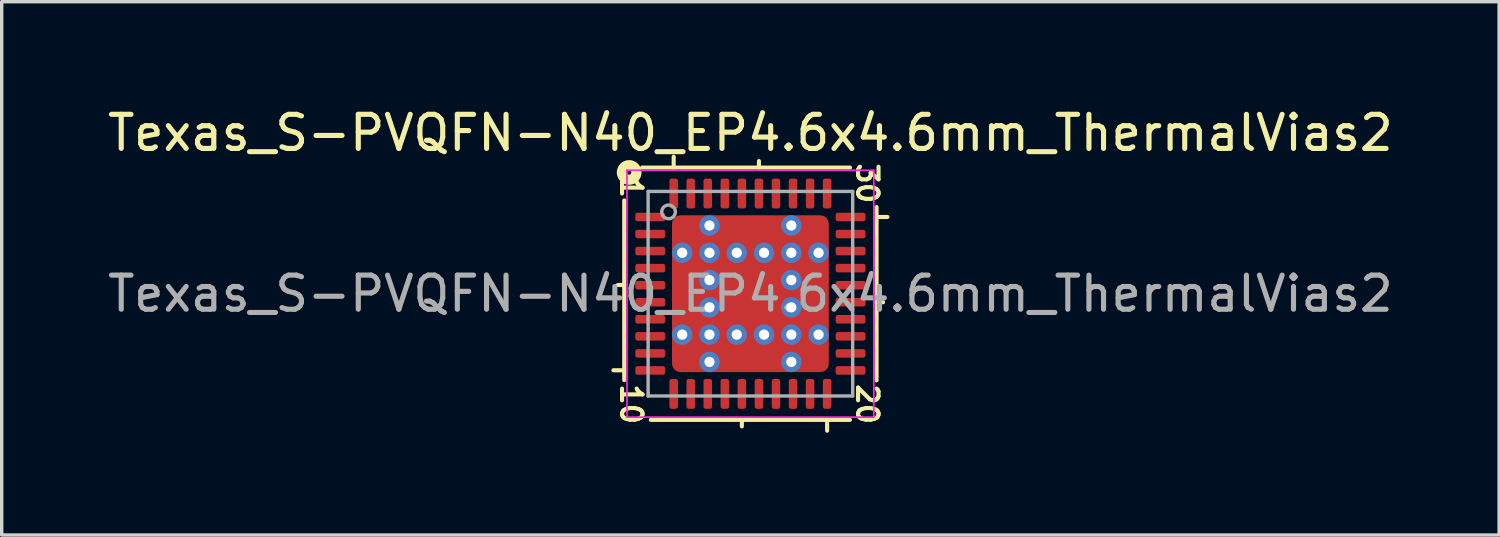
<source format=kicad_pcb>
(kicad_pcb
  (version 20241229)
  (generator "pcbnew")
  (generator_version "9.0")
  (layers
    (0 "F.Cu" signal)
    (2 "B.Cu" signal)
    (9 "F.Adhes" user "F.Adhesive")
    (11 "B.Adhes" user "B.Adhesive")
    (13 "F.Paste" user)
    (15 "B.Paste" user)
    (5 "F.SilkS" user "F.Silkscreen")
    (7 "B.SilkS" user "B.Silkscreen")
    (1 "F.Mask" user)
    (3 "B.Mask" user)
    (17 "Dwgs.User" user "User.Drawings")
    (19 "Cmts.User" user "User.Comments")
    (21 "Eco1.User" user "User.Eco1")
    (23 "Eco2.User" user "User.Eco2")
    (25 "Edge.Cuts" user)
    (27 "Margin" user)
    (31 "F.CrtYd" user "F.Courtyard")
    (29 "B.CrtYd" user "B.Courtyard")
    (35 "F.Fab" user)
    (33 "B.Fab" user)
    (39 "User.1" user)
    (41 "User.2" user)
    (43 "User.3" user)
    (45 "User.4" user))
  (footprint "Texas_S-PVQFN-N40_EP4.6x4.6mm_ThermalVias2"
    (layer "F.Cu")
    (at 18.958 5.564)
    (property "Reference" "Texas_S-PVQFN-N40_EP4.6x4.6mm_ThermalVias2" (at 0 -4.716 0) (layer "F.SilkS") (effects (font (size 1 1) (thickness 0.15))))
    (attr smd)
    (fp_line (start -3.7 -2.735) (end -3.7 2.535) (stroke (width 0.12) (type solid)) (layer "F.SilkS"))
    (fp_line (start -3.7 -0.255) (end -3.89 -0.255) (stroke (width 0.12) (type solid)) (layer "F.SilkS"))
    (fp_line (start -3.7 2.245) (end -4.018 2.245) (stroke (width 0.12) (type solid)) (layer "F.SilkS"))
    (fp_line (start -2.921 3.7) (end 2.921 3.7) (stroke (width 0.12) (type solid)) (layer "F.SilkS"))
    (fp_line (start -2.25 -3.7) (end -2.25 -4.018) (stroke (width 0.12) (type solid)) (layer "F.SilkS"))
    (fp_line (start -0.25 3.7) (end -0.25 3.89) (stroke (width 0.12) (type solid)) (layer "F.SilkS"))
    (fp_line (start 0.25 -3.7) (end 0.25 -3.89) (stroke (width 0.12) (type solid)) (layer "F.SilkS"))
    (fp_line (start 2.25 3.7) (end 2.25 4.018) (stroke (width 0.12) (type solid)) (layer "F.SilkS"))
    (fp_line (start 2.921 -3.7) (end -3.175 -3.7) (stroke (width 0.12) (type solid)) (layer "F.SilkS"))
    (fp_line (start 3.7 -2.25) (end 4.018 -2.25) (stroke (width 0.12) (type solid)) (layer "F.SilkS"))
    (fp_line (start 3.7 0.25) (end 3.89 0.25) (stroke (width 0.12) (type solid)) (layer "F.SilkS"))
    (fp_line (start 3.7 2.54) (end 3.7 -2.54) (stroke (width 0.12) (type solid)) (layer "F.SilkS"))
    (fp_circle (center -3.556 -3.556) (end -3.493 -3.556) (stroke (width 0.3) (type solid)) (fill no) (layer "F.SilkS"))
    (fp_line (start -3.62 -3.62) (end -3.62 3.62) (stroke (width 0.05) (type solid)) (layer "F.CrtYd"))
    (fp_line (start -3.62 3.62) (end 3.62 3.62) (stroke (width 0.05) (type solid)) (layer "F.CrtYd"))
    (fp_line (start 3.62 -3.62) (end -3.62 -3.62) (stroke (width 0.05) (type solid)) (layer "F.CrtYd"))
    (fp_line (start 3.62 3.62) (end 3.62 -3.62) (stroke (width 0.05) (type solid)) (layer "F.CrtYd"))
    (fp_line (start -3 -3) (end 3 -3) (stroke (width 0.1) (type solid)) (layer "F.Fab"))
    (fp_line (start -3 3) (end -3 -3) (stroke (width 0.1) (type solid)) (layer "F.Fab"))
    (fp_line (start 3 -3) (end 3 3) (stroke (width 0.1) (type solid)) (layer "F.Fab"))
    (fp_line (start 3 3) (end -3 3) (stroke (width 0.1) (type solid)) (layer "F.Fab"))
    (fp_circle (center -2.4 -2.4) (end -2.2 -2.4) (stroke (width 0.1) (type solid)) (fill no) (layer "F.Fab"))
    (fp_text user "10" (at -3.493 3.239 270) (unlocked yes) (layer "F.SilkS") (effects (font (size 0.6 0.6) (thickness 0.12))))
    (fp_text user "1" (at -3.493 -3.111 270) (unlocked yes) (layer "F.SilkS") (effects (font (size 0.6 0.6) (thickness 0.12))))
    (fp_text user "30" (at 3.429 -3.239 270) (unlocked yes) (layer "F.SilkS") (effects (font (size 0.6 0.6) (thickness 0.12))))
    (fp_text user "20" (at 3.429 3.239 270) (unlocked yes) (layer "F.SilkS") (effects (font (size 0.6 0.6) (thickness 0.12))))
    (fp_text user "${REFERENCE}" (at 0 0 0) (layer "F.Fab") (effects (font (size 1 1) (thickness 0.15))))
    (pad "" smd roundrect (at -1.85 -1.85) (size 0.5 0.5) (layers "F.Paste") (roundrect_rratio 0.25))
    (pad "" smd roundrect (at -1.85 -1.85) (size 0.7 0.7) (layers "F.Mask") (roundrect_rratio 0.25))
    (pad "" smd roundrect (at -1.85 -0.425) (size 0.5 0.65) (layers "F.Paste") (roundrect_rratio 0.25))
    (pad "" smd roundrect (at -1.85 0 270) (size 1.8 0.7) (layers "F.Mask") (roundrect_rratio 0.25))
    (pad "" smd roundrect (at -1.85 0.425) (size 0.5 0.65) (layers "F.Paste") (roundrect_rratio 0.25))
    (pad "" smd roundrect (at -1.85 1.85) (size 0.5 0.5) (layers "F.Paste") (roundrect_rratio 0.25))
    (pad "" smd roundrect (at -1.85 1.85) (size 0.7 0.7) (layers "F.Mask") (roundrect_rratio 0.25))
    (pad "" smd roundrect (at -0.425 -1.85 90) (size 0.5 0.65) (layers "F.Paste") (roundrect_rratio 0.25))
    (pad "" smd roundrect (at -0.425 -0.425) (size 0.65 0.65) (layers "F.Paste") (roundrect_rratio 0.25))
    (pad "" smd roundrect (at -0.425 0.425) (size 0.65 0.65) (layers "F.Paste") (roundrect_rratio 0.25))
    (pad "" smd roundrect (at -0.425 1.85 90) (size 0.5 0.65) (layers "F.Paste") (roundrect_rratio 0.25))
    (pad "" smd roundrect (at 0 -1.85) (size 1.8 0.7) (layers "F.Mask") (roundrect_rratio 0.25))
    (pad "" smd roundrect (at 0 0 270) (size 1.8 1.8) (layers "F.Mask") (roundrect_rratio 0.139))
    (pad "" smd roundrect (at 0 1.85) (size 1.8 0.7) (layers "F.Mask") (roundrect_rratio 0.25))
    (pad "" smd roundrect (at 0.425 -1.85 90) (size 0.5 0.65) (layers "F.Paste") (roundrect_rratio 0.25))
    (pad "" smd roundrect (at 0.425 -0.425) (size 0.65 0.65) (layers "F.Paste") (roundrect_rratio 0.25))
    (pad "" smd roundrect (at 0.425 0.425) (size 0.65 0.65) (layers "F.Paste") (roundrect_rratio 0.25))
    (pad "" smd roundrect (at 0.425 1.85 90) (size 0.5 0.65) (layers "F.Paste") (roundrect_rratio 0.25))
    (pad "" smd roundrect (at 1.85 -1.85) (size 0.5 0.5) (layers "F.Paste") (roundrect_rratio 0.25))
    (pad "" smd roundrect (at 1.85 -1.85) (size 0.7 0.7) (layers "F.Mask") (roundrect_rratio 0.25))
    (pad "" smd roundrect (at 1.85 -0.425) (size 0.5 0.65) (layers "F.Paste") (roundrect_rratio 0.25))
    (pad "" smd roundrect (at 1.85 0 270) (size 1.8 0.7) (layers "F.Mask") (roundrect_rratio 0.25))
    (pad "" smd roundrect (at 1.85 0.425) (size 0.5 0.65) (layers "F.Paste") (roundrect_rratio 0.25))
    (pad "" smd roundrect (at 1.85 1.85) (size 0.5 0.5) (layers "F.Paste") (roundrect_rratio 0.25))
    (pad "" smd roundrect (at 1.85 1.85) (size 0.7 0.7) (layers "F.Mask") (roundrect_rratio 0.25))
    (pad "1" smd roundrect (at -2.938 -2.25) (size 0.875 0.25) (layers "F.Cu" "F.Mask" "F.Paste") (roundrect_rratio 0.25))
    (pad "2" smd roundrect (at -2.938 -1.75) (size 0.875 0.25) (layers "F.Cu" "F.Mask" "F.Paste") (roundrect_rratio 0.25))
    (pad "3" smd roundrect (at -2.938 -1.25) (size 0.875 0.25) (layers "F.Cu" "F.Mask" "F.Paste") (roundrect_rratio 0.25))
    (pad "4" smd roundrect (at -2.938 -0.75) (size 0.875 0.25) (layers "F.Cu" "F.Mask" "F.Paste") (roundrect_rratio 0.25))
    (pad "5" smd roundrect (at -2.938 -0.25) (size 0.875 0.25) (layers "F.Cu" "F.Mask" "F.Paste") (roundrect_rratio 0.25))
    (pad "6" smd roundrect (at -2.938 0.25) (size 0.875 0.25) (layers "F.Cu" "F.Mask" "F.Paste") (roundrect_rratio 0.25))
    (pad "7" smd roundrect (at -2.938 0.75) (size 0.875 0.25) (layers "F.Cu" "F.Mask" "F.Paste") (roundrect_rratio 0.25))
    (pad "8" smd roundrect (at -2.938 1.25) (size 0.875 0.25) (layers "F.Cu" "F.Mask" "F.Paste") (roundrect_rratio 0.25))
    (pad "9" smd roundrect (at -2.938 1.75) (size 0.875 0.25) (layers "F.Cu" "F.Mask" "F.Paste") (roundrect_rratio 0.25))
    (pad "10" smd roundrect (at -2.938 2.25) (size 0.875 0.25) (layers "F.Cu" "F.Mask" "F.Paste") (roundrect_rratio 0.25))
    (pad "11" smd roundrect (at -2.25 2.938) (size 0.25 0.875) (layers "F.Cu" "F.Mask" "F.Paste") (roundrect_rratio 0.25))
    (pad "12" smd roundrect (at -1.75 2.938) (size 0.25 0.875) (layers "F.Cu" "F.Mask" "F.Paste") (roundrect_rratio 0.25))
    (pad "13" smd roundrect (at -1.25 2.938) (size 0.25 0.875) (layers "F.Cu" "F.Mask" "F.Paste") (roundrect_rratio 0.25))
    (pad "14" smd roundrect (at -0.75 2.938) (size 0.25 0.875) (layers "F.Cu" "F.Mask" "F.Paste") (roundrect_rratio 0.25))
    (pad "15" smd roundrect (at -0.25 2.938) (size 0.25 0.875) (layers "F.Cu" "F.Mask" "F.Paste") (roundrect_rratio 0.25))
    (pad "16" smd roundrect (at 0.25 2.938) (size 0.25 0.875) (layers "F.Cu" "F.Mask" "F.Paste") (roundrect_rratio 0.25))
    (pad "17" smd roundrect (at 0.75 2.938) (size 0.25 0.875) (layers "F.Cu" "F.Mask" "F.Paste") (roundrect_rratio 0.25))
    (pad "18" smd roundrect (at 1.25 2.938) (size 0.25 0.875) (layers "F.Cu" "F.Mask" "F.Paste") (roundrect_rratio 0.25))
    (pad "19" smd roundrect (at 1.75 2.938) (size 0.25 0.875) (layers "F.Cu" "F.Mask" "F.Paste") (roundrect_rratio 0.25))
    (pad "20" smd roundrect (at 2.25 2.938) (size 0.25 0.875) (layers "F.Cu" "F.Mask" "F.Paste") (roundrect_rratio 0.25))
    (pad "21" smd roundrect (at 2.938 2.25) (size 0.875 0.25) (layers "F.Cu" "F.Mask" "F.Paste") (roundrect_rratio 0.25))
    (pad "22" smd roundrect (at 2.938 1.75) (size 0.875 0.25) (layers "F.Cu" "F.Mask" "F.Paste") (roundrect_rratio 0.25))
    (pad "23" smd roundrect (at 2.938 1.25) (size 0.875 0.25) (layers "F.Cu" "F.Mask" "F.Paste") (roundrect_rratio 0.25))
    (pad "24" smd roundrect (at 2.938 0.75) (size 0.875 0.25) (layers "F.Cu" "F.Mask" "F.Paste") (roundrect_rratio 0.25))
    (pad "25" smd roundrect (at 2.938 0.25) (size 0.875 0.25) (layers "F.Cu" "F.Mask" "F.Paste") (roundrect_rratio 0.25))
    (pad "26" smd roundrect (at 2.938 -0.25) (size 0.875 0.25) (layers "F.Cu" "F.Mask" "F.Paste") (roundrect_rratio 0.25))
    (pad "27" smd roundrect (at 2.938 -0.75) (size 0.875 0.25) (layers "F.Cu" "F.Mask" "F.Paste") (roundrect_rratio 0.25))
    (pad "28" smd roundrect (at 2.938 -1.25) (size 0.875 0.25) (layers "F.Cu" "F.Mask" "F.Paste") (roundrect_rratio 0.25))
    (pad "29" smd roundrect (at 2.938 -1.75) (size 0.875 0.25) (layers "F.Cu" "F.Mask" "F.Paste") (roundrect_rratio 0.25))
    (pad "30" smd roundrect (at 2.938 -2.25) (size 0.875 0.25) (layers "F.Cu" "F.Mask" "F.Paste") (roundrect_rratio 0.25))
    (pad "31" smd roundrect (at 2.25 -2.938) (size 0.25 0.875) (layers "F.Cu" "F.Mask" "F.Paste") (roundrect_rratio 0.25))
    (pad "32" smd roundrect (at 1.75 -2.938) (size 0.25 0.875) (layers "F.Cu" "F.Mask" "F.Paste") (roundrect_rratio 0.25))
    (pad "33" smd roundrect (at 1.25 -2.938) (size 0.25 0.875) (layers "F.Cu" "F.Mask" "F.Paste") (roundrect_rratio 0.25))
    (pad "34" smd roundrect (at 0.75 -2.938) (size 0.25 0.875) (layers "F.Cu" "F.Mask" "F.Paste") (roundrect_rratio 0.25))
    (pad "35" smd roundrect (at 0.25 -2.938) (size 0.25 0.875) (layers "F.Cu" "F.Mask" "F.Paste") (roundrect_rratio 0.25))
    (pad "36" smd roundrect (at -0.25 -2.938) (size 0.25 0.875) (layers "F.Cu" "F.Mask" "F.Paste") (roundrect_rratio 0.25))
    (pad "37" smd roundrect (at -0.75 -2.938) (size 0.25 0.875) (layers "F.Cu" "F.Mask" "F.Paste") (roundrect_rratio 0.25))
    (pad "38" smd roundrect (at -1.25 -2.938) (size 0.25 0.875) (layers "F.Cu" "F.Mask" "F.Paste") (roundrect_rratio 0.25))
    (pad "39" smd roundrect (at -1.75 -2.938) (size 0.25 0.875) (layers "F.Cu" "F.Mask" "F.Paste") (roundrect_rratio 0.25))
    (pad "40" smd roundrect (at -2.25 -2.938) (size 0.25 0.875) (layers "F.Cu" "F.Mask" "F.Paste") (roundrect_rratio 0.25))
    (pad "41" thru_hole circle (at -2 -1.2 180) (size 0.6 0.6) (drill 0.3) (property pad_prop_heatsink) (layers "*.Cu" "*.Mask"))
    (pad "41" thru_hole circle (at -2 1.2 180) (size 0.6 0.6) (drill 0.3) (property pad_prop_heatsink) (layers "*.Cu" "*.Mask"))
    (pad "41" thru_hole circle (at -1.2 -2 180) (size 0.6 0.6) (drill 0.3) (property pad_prop_heatsink) (layers "*.Cu" "*.Mask"))
    (pad "41" thru_hole circle (at -1.2 -1.2 180) (size 0.6 0.6) (drill 0.3) (property pad_prop_heatsink) (layers "*.Cu" "*.Mask"))
    (pad "41" thru_hole circle (at -1.2 -0.4 180) (size 0.6 0.6) (drill 0.3) (property pad_prop_heatsink) (layers "*.Cu" "*.Mask"))
    (pad "41" thru_hole circle (at -1.2 0.4 180) (size 0.6 0.6) (drill 0.3) (property pad_prop_heatsink) (layers "*.Cu" "*.Mask"))
    (pad "41" thru_hole circle (at -1.2 1.2 180) (size 0.6 0.6) (drill 0.3) (property pad_prop_heatsink) (layers "*.Cu" "*.Mask"))
    (pad "41" thru_hole circle (at -1.2 2 180) (size 0.6 0.6) (drill 0.3) (property pad_prop_heatsink) (layers "*.Cu" "*.Mask"))
    (pad "41" thru_hole circle (at -0.4 -1.2 180) (size 0.6 0.6) (drill 0.3) (property pad_prop_heatsink) (layers "*.Cu" "*.Mask"))
    (pad "41" thru_hole circle (at -0.4 1.2 180) (size 0.6 0.6) (drill 0.3) (property pad_prop_heatsink) (layers "*.Cu" "*.Mask"))
    (pad "41" smd roundrect (at 0 0) (size 4.6 4.6) (layers "F.Cu") (roundrect_rratio 0.054))
    (pad "41" thru_hole circle (at 0.4 -1.2 180) (size 0.6 0.6) (drill 0.3) (property pad_prop_heatsink) (layers "*.Cu" "*.Mask"))
    (pad "41" thru_hole circle (at 0.4 1.2 180) (size 0.6 0.6) (drill 0.3) (property pad_prop_heatsink) (layers "*.Cu" "*.Mask"))
    (pad "41" thru_hole circle (at 1.2 -2 180) (size 0.6 0.6) (drill 0.3) (property pad_prop_heatsink) (layers "*.Cu" "*.Mask"))
    (pad "41" thru_hole circle (at 1.2 -1.2 180) (size 0.6 0.6) (drill 0.3) (property pad_prop_heatsink) (layers "*.Cu" "*.Mask"))
    (pad "41" thru_hole circle (at 1.2 -0.4 180) (size 0.6 0.6) (drill 0.3) (property pad_prop_heatsink) (layers "*.Cu" "*.Mask"))
    (pad "41" thru_hole circle (at 1.2 0.4 180) (size 0.6 0.6) (drill 0.3) (property pad_prop_heatsink) (layers "*.Cu" "*.Mask"))
    (pad "41" thru_hole circle (at 1.2 1.2 180) (size 0.6 0.6) (drill 0.3) (property pad_prop_heatsink) (layers "*.Cu" "*.Mask"))
    (pad "41" thru_hole circle (at 1.2 2 180) (size 0.6 0.6) (drill 0.3) (property pad_prop_heatsink) (layers "*.Cu" "*.Mask"))
    (pad "41" thru_hole circle (at 2 -1.2 180) (size 0.6 0.6) (drill 0.3) (property pad_prop_heatsink) (layers "*.Cu" "*.Mask"))
    (pad "41" thru_hole circle (at 2 1.2 180) (size 0.6 0.6) (drill 0.3) (property pad_prop_heatsink) (layers "*.Cu" "*.Mask")))
  (gr_rect
    (start -3 -3)
    (end 40.917 12.642)
    (stroke (width 0.1) (type default))
    (fill no)
    (layer "Edge.Cuts")))
</source>
